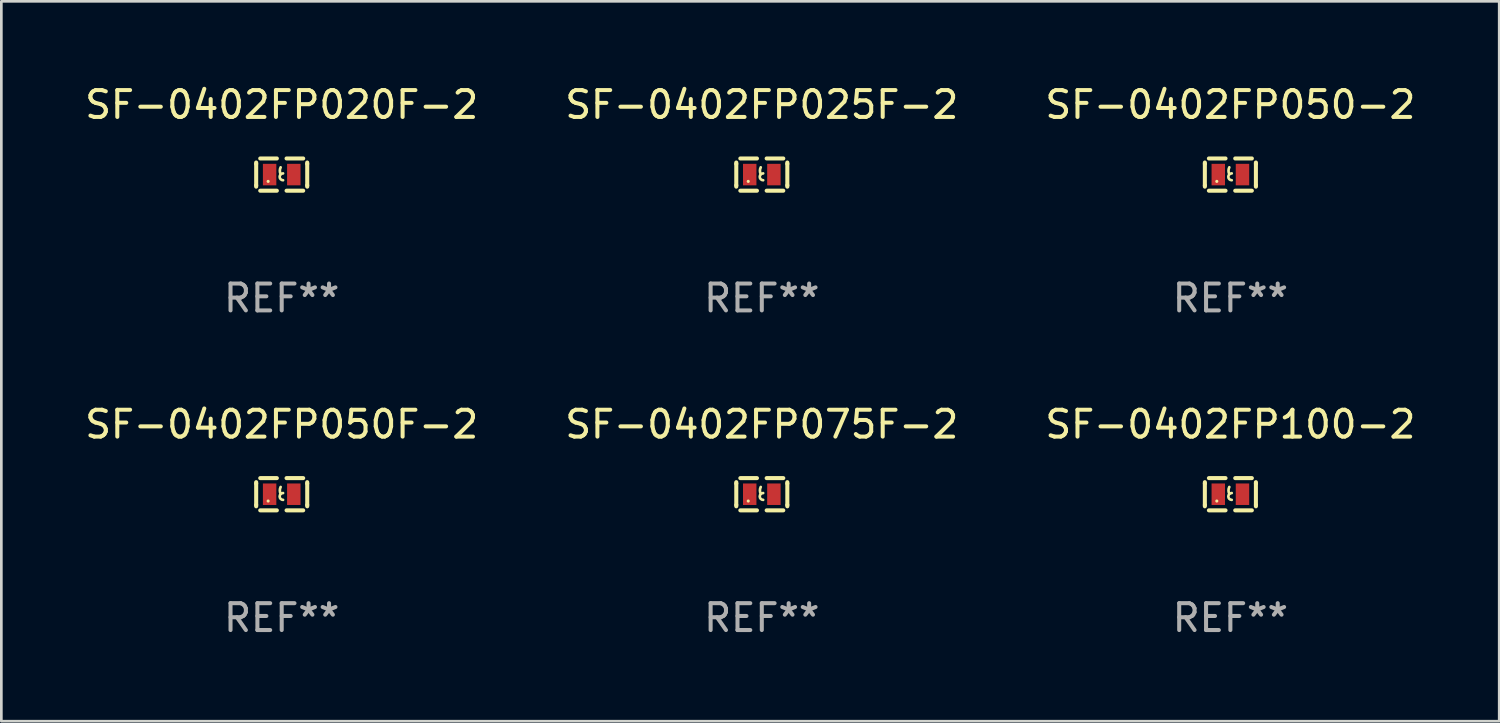
<source format=kicad_pcb>
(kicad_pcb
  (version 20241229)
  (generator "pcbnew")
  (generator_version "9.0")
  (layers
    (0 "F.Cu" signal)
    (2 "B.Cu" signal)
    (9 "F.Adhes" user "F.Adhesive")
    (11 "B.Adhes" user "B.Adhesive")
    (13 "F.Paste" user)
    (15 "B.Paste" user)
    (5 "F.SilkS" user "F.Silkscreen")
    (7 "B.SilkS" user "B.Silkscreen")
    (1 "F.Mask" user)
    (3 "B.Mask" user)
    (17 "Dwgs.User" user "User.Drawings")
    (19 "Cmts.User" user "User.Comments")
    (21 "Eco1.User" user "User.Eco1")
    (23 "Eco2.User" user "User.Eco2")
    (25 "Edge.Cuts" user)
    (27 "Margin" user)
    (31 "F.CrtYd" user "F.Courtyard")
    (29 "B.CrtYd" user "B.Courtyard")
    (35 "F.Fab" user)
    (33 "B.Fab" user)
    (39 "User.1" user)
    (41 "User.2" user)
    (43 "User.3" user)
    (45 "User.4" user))
  (footprint "SF-0402FP100-2"
    (layer "F.Cu")
    (at 42.744 15.345)
    (property "Reference" "SF-0402FP100-2" (at 0 -2.6 0) (layer "F.SilkS") (effects (font (size 1 1) (thickness 0.15))))
    (attr through_hole)
    (fp_line (start -0.95 -0.45) (end -0.95 -0.4) (stroke (width 0.15) (type solid)) (layer "F.SilkS"))
    (fp_line (start -0.95 -0.4) (end -0.95 0.4) (stroke (width 0.15) (type solid)) (layer "F.SilkS"))
    (fp_line (start -0.95 0.45) (end -0.95 0.4) (stroke (width 0.15) (type solid)) (layer "F.SilkS"))
    (fp_line (start -0.18 -0.6) (end -0.8 -0.6) (stroke (width 0.15) (type solid)) (layer "F.SilkS"))
    (fp_line (start -0.18 0.6) (end -0.8 0.6) (stroke (width 0.15) (type solid)) (layer "F.SilkS"))
    (fp_line (start 0.18 -0.6) (end 0.8 -0.6) (stroke (width 0.15) (type solid)) (layer "F.SilkS"))
    (fp_line (start 0.18 0.6) (end 0.8 0.6) (stroke (width 0.15) (type solid)) (layer "F.SilkS"))
    (fp_line (start 0.95 -0.45) (end 0.95 -0.4) (stroke (width 0.15) (type solid)) (layer "F.SilkS"))
    (fp_line (start 0.95 -0.4) (end 0.95 0.4) (stroke (width 0.15) (type solid)) (layer "F.SilkS"))
    (fp_line (start 0.95 0.45) (end 0.95 0.4) (stroke (width 0.15) (type solid)) (layer "F.SilkS"))
    (fp_arc (start -0.039942 -0.016052) (mid -0.069923 -0.143053) (end -0.039942 -0.270053) (stroke (width 0.1) (type solid)) (layer "F.SilkS"))
    (fp_arc (start 0.050076 0.209957) (mid -0.076924 0.082957) (end 0.050076 -0.044043) (stroke (width 0.1) (type solid)) (layer "F.SilkS"))
    (fp_circle (center -0.505 0.253) (end -0.475 0.253) (stroke (width 0.06) (type solid)) (fill no) (layer "F.SilkS"))
    (fp_text user "REF**" (at 0 4.6 0) (layer "F.Fab") (effects (font (size 1 1) (thickness 0.15))))
    (pad "1" smd rect (at -0.45 -0.000051) (size 0.5 0.8) (layers "F.Cu" "F.Mask" "F.Paste"))
    (pad "2" smd rect (at 0.45 -0.000051) (size 0.5 0.8) (layers "F.Cu" "F.Mask" "F.Paste")))
  (footprint "SF-0402FP075F-2"
    (layer "F.Cu")
    (at 25.304 15.345)
    (property "Reference" "SF-0402FP075F-2" (at 0 -2.6 0) (layer "F.SilkS") (effects (font (size 1 1) (thickness 0.15))))
    (attr through_hole)
    (fp_line (start -0.95 -0.45) (end -0.95 -0.4) (stroke (width 0.15) (type solid)) (layer "F.SilkS"))
    (fp_line (start -0.95 -0.4) (end -0.95 0.4) (stroke (width 0.15) (type solid)) (layer "F.SilkS"))
    (fp_line (start -0.95 0.45) (end -0.95 0.4) (stroke (width 0.15) (type solid)) (layer "F.SilkS"))
    (fp_line (start -0.18 -0.6) (end -0.8 -0.6) (stroke (width 0.15) (type solid)) (layer "F.SilkS"))
    (fp_line (start -0.18 0.6) (end -0.8 0.6) (stroke (width 0.15) (type solid)) (layer "F.SilkS"))
    (fp_line (start 0.18 -0.6) (end 0.8 -0.6) (stroke (width 0.15) (type solid)) (layer "F.SilkS"))
    (fp_line (start 0.18 0.6) (end 0.8 0.6) (stroke (width 0.15) (type solid)) (layer "F.SilkS"))
    (fp_line (start 0.95 -0.45) (end 0.95 -0.4) (stroke (width 0.15) (type solid)) (layer "F.SilkS"))
    (fp_line (start 0.95 -0.4) (end 0.95 0.4) (stroke (width 0.15) (type solid)) (layer "F.SilkS"))
    (fp_line (start 0.95 0.45) (end 0.95 0.4) (stroke (width 0.15) (type solid)) (layer "F.SilkS"))
    (fp_arc (start -0.039942 -0.016052) (mid -0.069923 -0.143053) (end -0.039942 -0.270053) (stroke (width 0.1) (type solid)) (layer "F.SilkS"))
    (fp_arc (start 0.050076 0.209957) (mid -0.076924 0.082957) (end 0.050076 -0.044043) (stroke (width 0.1) (type solid)) (layer "F.SilkS"))
    (fp_circle (center -0.505 0.253) (end -0.475 0.253) (stroke (width 0.06) (type solid)) (fill no) (layer "F.SilkS"))
    (fp_text user "REF**" (at 0 4.6 0) (layer "F.Fab") (effects (font (size 1 1) (thickness 0.15))))
    (pad "1" smd rect (at -0.45 -0.000051) (size 0.5 0.8) (layers "F.Cu" "F.Mask" "F.Paste"))
    (pad "2" smd rect (at 0.45 -0.000051) (size 0.5 0.8) (layers "F.Cu" "F.Mask" "F.Paste")))
  (footprint "SF-0402FP025F-2"
    (layer "F.Cu")
    (at 25.304 3.448)
    (property "Reference" "SF-0402FP025F-2" (at 0 -2.6 0) (layer "F.SilkS") (effects (font (size 1 1) (thickness 0.15))))
    (attr through_hole)
    (fp_line (start -0.95 -0.45) (end -0.95 -0.4) (stroke (width 0.15) (type solid)) (layer "F.SilkS"))
    (fp_line (start -0.95 -0.4) (end -0.95 0.4) (stroke (width 0.15) (type solid)) (layer "F.SilkS"))
    (fp_line (start -0.95 0.45) (end -0.95 0.4) (stroke (width 0.15) (type solid)) (layer "F.SilkS"))
    (fp_line (start -0.18 -0.6) (end -0.8 -0.6) (stroke (width 0.15) (type solid)) (layer "F.SilkS"))
    (fp_line (start -0.18 0.6) (end -0.8 0.6) (stroke (width 0.15) (type solid)) (layer "F.SilkS"))
    (fp_line (start 0.18 -0.6) (end 0.8 -0.6) (stroke (width 0.15) (type solid)) (layer "F.SilkS"))
    (fp_line (start 0.18 0.6) (end 0.8 0.6) (stroke (width 0.15) (type solid)) (layer "F.SilkS"))
    (fp_line (start 0.95 -0.45) (end 0.95 -0.4) (stroke (width 0.15) (type solid)) (layer "F.SilkS"))
    (fp_line (start 0.95 -0.4) (end 0.95 0.4) (stroke (width 0.15) (type solid)) (layer "F.SilkS"))
    (fp_line (start 0.95 0.45) (end 0.95 0.4) (stroke (width 0.15) (type solid)) (layer "F.SilkS"))
    (fp_arc (start -0.039942 -0.016052) (mid -0.069923 -0.143053) (end -0.039942 -0.270053) (stroke (width 0.1) (type solid)) (layer "F.SilkS"))
    (fp_arc (start 0.050076 0.209957) (mid -0.076924 0.082957) (end 0.050076 -0.044043) (stroke (width 0.1) (type solid)) (layer "F.SilkS"))
    (fp_circle (center -0.505 0.253) (end -0.475 0.253) (stroke (width 0.06) (type solid)) (fill no) (layer "F.SilkS"))
    (fp_text user "REF**" (at 0 4.6 0) (layer "F.Fab") (effects (font (size 1 1) (thickness 0.15))))
    (pad "1" smd rect (at -0.45 -0.000051) (size 0.5 0.8) (layers "F.Cu" "F.Mask" "F.Paste"))
    (pad "2" smd rect (at 0.45 -0.000051) (size 0.5 0.8) (layers "F.Cu" "F.Mask" "F.Paste")))
  (footprint "SF-0402FP020F-2"
    (layer "F.Cu")
    (at 7.435 3.448)
    (property "Reference" "SF-0402FP020F-2" (at 0 -2.6 0) (layer "F.SilkS") (effects (font (size 1 1) (thickness 0.15))))
    (attr through_hole)
    (fp_line (start -0.95 -0.45) (end -0.95 -0.4) (stroke (width 0.15) (type solid)) (layer "F.SilkS"))
    (fp_line (start -0.95 -0.4) (end -0.95 0.4) (stroke (width 0.15) (type solid)) (layer "F.SilkS"))
    (fp_line (start -0.95 0.45) (end -0.95 0.4) (stroke (width 0.15) (type solid)) (layer "F.SilkS"))
    (fp_line (start -0.18 -0.6) (end -0.8 -0.6) (stroke (width 0.15) (type solid)) (layer "F.SilkS"))
    (fp_line (start -0.18 0.6) (end -0.8 0.6) (stroke (width 0.15) (type solid)) (layer "F.SilkS"))
    (fp_line (start 0.18 -0.6) (end 0.8 -0.6) (stroke (width 0.15) (type solid)) (layer "F.SilkS"))
    (fp_line (start 0.18 0.6) (end 0.8 0.6) (stroke (width 0.15) (type solid)) (layer "F.SilkS"))
    (fp_line (start 0.95 -0.45) (end 0.95 -0.4) (stroke (width 0.15) (type solid)) (layer "F.SilkS"))
    (fp_line (start 0.95 -0.4) (end 0.95 0.4) (stroke (width 0.15) (type solid)) (layer "F.SilkS"))
    (fp_line (start 0.95 0.45) (end 0.95 0.4) (stroke (width 0.15) (type solid)) (layer "F.SilkS"))
    (fp_arc (start -0.039942 -0.016052) (mid -0.069923 -0.143053) (end -0.039942 -0.270053) (stroke (width 0.1) (type solid)) (layer "F.SilkS"))
    (fp_arc (start 0.050076 0.209957) (mid -0.076924 0.082957) (end 0.050076 -0.044043) (stroke (width 0.1) (type solid)) (layer "F.SilkS"))
    (fp_circle (center -0.505 0.253) (end -0.475 0.253) (stroke (width 0.06) (type solid)) (fill no) (layer "F.SilkS"))
    (fp_text user "REF**" (at 0 4.6 0) (layer "F.Fab") (effects (font (size 1 1) (thickness 0.15))))
    (pad "1" smd rect (at -0.45 -0.000051) (size 0.5 0.8) (layers "F.Cu" "F.Mask" "F.Paste"))
    (pad "2" smd rect (at 0.45 -0.000051) (size 0.5 0.8) (layers "F.Cu" "F.Mask" "F.Paste")))
  (footprint "SF-0402FP050F-2"
    (layer "F.Cu")
    (at 7.435 15.345)
    (property "Reference" "SF-0402FP050F-2" (at 0 -2.6 0) (layer "F.SilkS") (effects (font (size 1 1) (thickness 0.15))))
    (attr through_hole)
    (fp_line (start -0.95 -0.45) (end -0.95 -0.4) (stroke (width 0.15) (type solid)) (layer "F.SilkS"))
    (fp_line (start -0.95 -0.4) (end -0.95 0.4) (stroke (width 0.15) (type solid)) (layer "F.SilkS"))
    (fp_line (start -0.95 0.45) (end -0.95 0.4) (stroke (width 0.15) (type solid)) (layer "F.SilkS"))
    (fp_line (start -0.18 -0.6) (end -0.8 -0.6) (stroke (width 0.15) (type solid)) (layer "F.SilkS"))
    (fp_line (start -0.18 0.6) (end -0.8 0.6) (stroke (width 0.15) (type solid)) (layer "F.SilkS"))
    (fp_line (start 0.18 -0.6) (end 0.8 -0.6) (stroke (width 0.15) (type solid)) (layer "F.SilkS"))
    (fp_line (start 0.18 0.6) (end 0.8 0.6) (stroke (width 0.15) (type solid)) (layer "F.SilkS"))
    (fp_line (start 0.95 -0.45) (end 0.95 -0.4) (stroke (width 0.15) (type solid)) (layer "F.SilkS"))
    (fp_line (start 0.95 -0.4) (end 0.95 0.4) (stroke (width 0.15) (type solid)) (layer "F.SilkS"))
    (fp_line (start 0.95 0.45) (end 0.95 0.4) (stroke (width 0.15) (type solid)) (layer "F.SilkS"))
    (fp_arc (start -0.039942 -0.016052) (mid -0.069923 -0.143053) (end -0.039942 -0.270053) (stroke (width 0.1) (type solid)) (layer "F.SilkS"))
    (fp_arc (start 0.050076 0.209957) (mid -0.076924 0.082957) (end 0.050076 -0.044043) (stroke (width 0.1) (type solid)) (layer "F.SilkS"))
    (fp_circle (center -0.505 0.253) (end -0.475 0.253) (stroke (width 0.06) (type solid)) (fill no) (layer "F.SilkS"))
    (fp_text user "REF**" (at 0 4.6 0) (layer "F.Fab") (effects (font (size 1 1) (thickness 0.15))))
    (pad "1" smd rect (at -0.45 -0.000051) (size 0.5 0.8) (layers "F.Cu" "F.Mask" "F.Paste"))
    (pad "2" smd rect (at 0.45 -0.000051) (size 0.5 0.8) (layers "F.Cu" "F.Mask" "F.Paste")))
  (footprint "SF-0402FP050-2"
    (layer "F.Cu")
    (at 42.744 3.448)
    (property "Reference" "SF-0402FP050-2" (at 0 -2.6 0) (layer "F.SilkS") (effects (font (size 1 1) (thickness 0.15))))
    (attr through_hole)
    (fp_line (start -0.95 -0.45) (end -0.95 -0.4) (stroke (width 0.15) (type solid)) (layer "F.SilkS"))
    (fp_line (start -0.95 -0.4) (end -0.95 0.4) (stroke (width 0.15) (type solid)) (layer "F.SilkS"))
    (fp_line (start -0.95 0.45) (end -0.95 0.4) (stroke (width 0.15) (type solid)) (layer "F.SilkS"))
    (fp_line (start -0.18 -0.6) (end -0.8 -0.6) (stroke (width 0.15) (type solid)) (layer "F.SilkS"))
    (fp_line (start -0.18 0.6) (end -0.8 0.6) (stroke (width 0.15) (type solid)) (layer "F.SilkS"))
    (fp_line (start 0.18 -0.6) (end 0.8 -0.6) (stroke (width 0.15) (type solid)) (layer "F.SilkS"))
    (fp_line (start 0.18 0.6) (end 0.8 0.6) (stroke (width 0.15) (type solid)) (layer "F.SilkS"))
    (fp_line (start 0.95 -0.45) (end 0.95 -0.4) (stroke (width 0.15) (type solid)) (layer "F.SilkS"))
    (fp_line (start 0.95 -0.4) (end 0.95 0.4) (stroke (width 0.15) (type solid)) (layer "F.SilkS"))
    (fp_line (start 0.95 0.45) (end 0.95 0.4) (stroke (width 0.15) (type solid)) (layer "F.SilkS"))
    (fp_arc (start -0.039942 -0.016052) (mid -0.069923 -0.143053) (end -0.039942 -0.270053) (stroke (width 0.1) (type solid)) (layer "F.SilkS"))
    (fp_arc (start 0.050076 0.209957) (mid -0.076924 0.082957) (end 0.050076 -0.044043) (stroke (width 0.1) (type solid)) (layer "F.SilkS"))
    (fp_circle (center -0.505 0.253) (end -0.475 0.253) (stroke (width 0.06) (type solid)) (fill no) (layer "F.SilkS"))
    (fp_text user "REF**" (at 0 4.6 0) (layer "F.Fab") (effects (font (size 1 1) (thickness 0.15))))
    (pad "1" smd rect (at -0.45 -0.000051) (size 0.5 0.8) (layers "F.Cu" "F.Mask" "F.Paste"))
    (pad "2" smd rect (at 0.45 -0.000051) (size 0.5 0.8) (layers "F.Cu" "F.Mask" "F.Paste")))
  (gr_rect
    (start -3 -3)
    (end 52.75 23.793)
    (stroke (width 0.1) (type default))
    (fill no)
    (layer "Edge.Cuts")))
</source>
